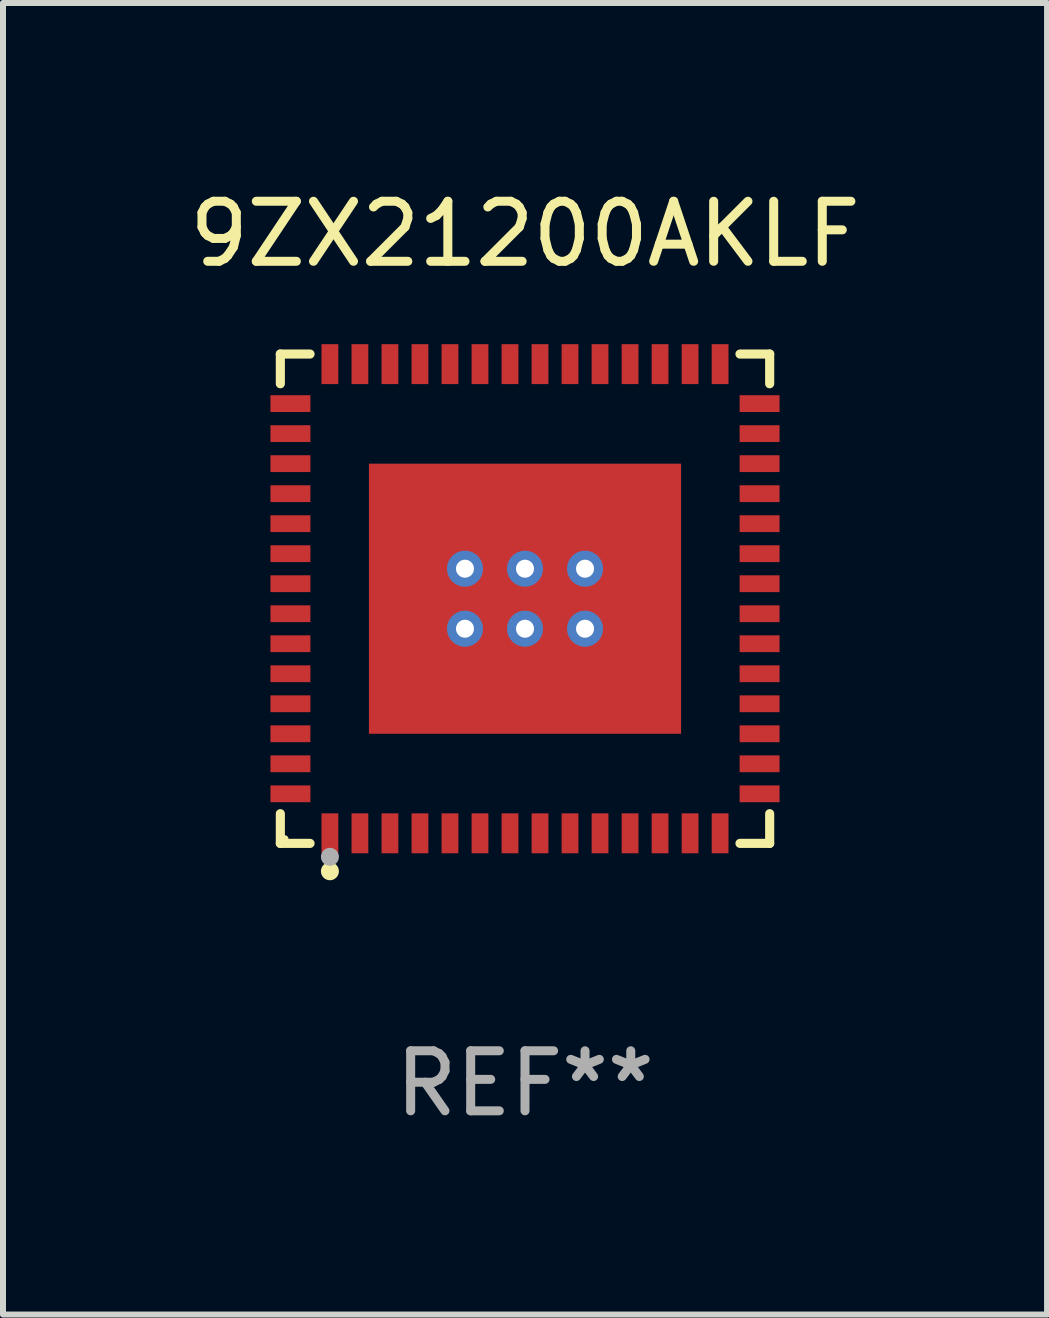
<source format=kicad_pcb>
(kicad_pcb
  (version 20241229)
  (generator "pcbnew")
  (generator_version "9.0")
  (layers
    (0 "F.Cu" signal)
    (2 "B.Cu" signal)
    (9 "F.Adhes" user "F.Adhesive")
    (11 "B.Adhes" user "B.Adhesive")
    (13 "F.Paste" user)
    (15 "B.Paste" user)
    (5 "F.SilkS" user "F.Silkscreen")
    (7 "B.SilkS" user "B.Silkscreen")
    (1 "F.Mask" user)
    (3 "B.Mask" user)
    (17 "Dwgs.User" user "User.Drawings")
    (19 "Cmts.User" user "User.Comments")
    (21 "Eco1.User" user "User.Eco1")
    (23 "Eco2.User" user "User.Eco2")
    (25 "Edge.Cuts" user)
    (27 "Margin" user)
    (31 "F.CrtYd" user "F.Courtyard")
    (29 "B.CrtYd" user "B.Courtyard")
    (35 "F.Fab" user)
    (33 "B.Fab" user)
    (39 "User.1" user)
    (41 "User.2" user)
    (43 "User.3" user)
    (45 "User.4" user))
  (footprint "9ZX21200AKLF"
    (layer "F.Cu")
    (at 5.696 6.924)
    (property "Reference" "9ZX21200AKLF" (at 0 -6.076 0) (layer "F.SilkS") (effects (font (size 1 1) (thickness 0.15))))
    (attr through_hole)
    (fp_line (start -4.076 -4.076) (end -3.581 -4.076) (stroke (width 0.152) (type solid)) (layer "F.SilkS"))
    (fp_line (start -4.076 -3.581) (end -4.076 -4.076) (stroke (width 0.152) (type solid)) (layer "F.SilkS"))
    (fp_line (start -4.076 3.581) (end -4.076 4.076) (stroke (width 0.152) (type solid)) (layer "F.SilkS"))
    (fp_line (start -4.076 4.076) (end -3.581 4.076) (stroke (width 0.152) (type solid)) (layer "F.SilkS"))
    (fp_line (start 4.076 -4.076) (end 3.581 -4.076) (stroke (width 0.152) (type solid)) (layer "F.SilkS"))
    (fp_line (start 4.076 -3.581) (end 4.076 -4.076) (stroke (width 0.152) (type solid)) (layer "F.SilkS"))
    (fp_line (start 4.076 3.581) (end 4.076 4.076) (stroke (width 0.152) (type solid)) (layer "F.SilkS"))
    (fp_line (start 4.076 4.076) (end 3.581 4.076) (stroke (width 0.152) (type solid)) (layer "F.SilkS"))
    (fp_circle (center -4 4) (end -3.97 4) (stroke (width 0.06) (type solid)) (fill no) (layer "F.SilkS"))
    (fp_circle (center -3.25 4.54) (end -3.175 4.54) (stroke (width 0.15) (type solid)) (fill no) (layer "F.SilkS"))
    (fp_circle (center -3.25 4.3) (end -3.175 4.3) (stroke (width 0.15) (type solid)) (fill no) (layer "F.Fab"))
    (fp_text user "REF**" (at 0 8.076 0) (layer "F.Fab") (effects (font (size 1 1) (thickness 0.15))))
    (pad "1" smd rect (at -3.25 3.908) (size 0.28 0.665) (layers "F.Cu" "F.Mask" "F.Paste"))
    (pad "2" smd rect (at -2.75 3.908) (size 0.28 0.665) (layers "F.Cu" "F.Mask" "F.Paste"))
    (pad "3" smd rect (at -2.25 3.908) (size 0.28 0.665) (layers "F.Cu" "F.Mask" "F.Paste"))
    (pad "4" smd rect (at -1.75 3.908) (size 0.28 0.665) (layers "F.Cu" "F.Mask" "F.Paste"))
    (pad "5" smd rect (at -1.25 3.908) (size 0.28 0.665) (layers "F.Cu" "F.Mask" "F.Paste"))
    (pad "6" smd rect (at -0.75 3.908) (size 0.28 0.665) (layers "F.Cu" "F.Mask" "F.Paste"))
    (pad "7" smd rect (at -0.25 3.908) (size 0.28 0.665) (layers "F.Cu" "F.Mask" "F.Paste"))
    (pad "8" smd rect (at 0.25 3.908) (size 0.28 0.665) (layers "F.Cu" "F.Mask" "F.Paste"))
    (pad "9" smd rect (at 0.75 3.908) (size 0.28 0.665) (layers "F.Cu" "F.Mask" "F.Paste"))
    (pad "10" smd rect (at 1.25 3.908) (size 0.28 0.665) (layers "F.Cu" "F.Mask" "F.Paste"))
    (pad "11" smd rect (at 1.75 3.908) (size 0.28 0.665) (layers "F.Cu" "F.Mask" "F.Paste"))
    (pad "12" smd rect (at 2.25 3.908) (size 0.28 0.665) (layers "F.Cu" "F.Mask" "F.Paste"))
    (pad "13" smd rect (at 2.75 3.908) (size 0.28 0.665) (layers "F.Cu" "F.Mask" "F.Paste"))
    (pad "14" smd rect (at 3.25 3.908) (size 0.28 0.665) (layers "F.Cu" "F.Mask" "F.Paste"))
    (pad "15" smd rect (at 3.908 3.25) (size 0.665 0.28) (layers "F.Cu" "F.Mask" "F.Paste"))
    (pad "16" smd rect (at 3.908 2.75) (size 0.665 0.28) (layers "F.Cu" "F.Mask" "F.Paste"))
    (pad "17" smd rect (at 3.908 2.25) (size 0.665 0.28) (layers "F.Cu" "F.Mask" "F.Paste"))
    (pad "18" smd rect (at 3.908 1.75) (size 0.665 0.28) (layers "F.Cu" "F.Mask" "F.Paste"))
    (pad "19" smd rect (at 3.908 1.25) (size 0.665 0.28) (layers "F.Cu" "F.Mask" "F.Paste"))
    (pad "20" smd rect (at 3.908 0.75) (size 0.665 0.28) (layers "F.Cu" "F.Mask" "F.Paste"))
    (pad "21" smd rect (at 3.908 0.25) (size 0.665 0.28) (layers "F.Cu" "F.Mask" "F.Paste"))
    (pad "22" smd rect (at 3.908 -0.25) (size 0.665 0.28) (layers "F.Cu" "F.Mask" "F.Paste"))
    (pad "23" smd rect (at 3.908 -0.75) (size 0.665 0.28) (layers "F.Cu" "F.Mask" "F.Paste"))
    (pad "24" smd rect (at 3.908 -1.25) (size 0.665 0.28) (layers "F.Cu" "F.Mask" "F.Paste"))
    (pad "25" smd rect (at 3.908 -1.75) (size 0.665 0.28) (layers "F.Cu" "F.Mask" "F.Paste"))
    (pad "26" smd rect (at 3.908 -2.25) (size 0.665 0.28) (layers "F.Cu" "F.Mask" "F.Paste"))
    (pad "27" smd rect (at 3.908 -2.75) (size 0.665 0.28) (layers "F.Cu" "F.Mask" "F.Paste"))
    (pad "28" smd rect (at 3.908 -3.25) (size 0.665 0.28) (layers "F.Cu" "F.Mask" "F.Paste"))
    (pad "29" smd rect (at 3.25 -3.908) (size 0.28 0.665) (layers "F.Cu" "F.Mask" "F.Paste"))
    (pad "30" smd rect (at 2.75 -3.908) (size 0.28 0.665) (layers "F.Cu" "F.Mask" "F.Paste"))
    (pad "31" smd rect (at 2.25 -3.908) (size 0.28 0.665) (layers "F.Cu" "F.Mask" "F.Paste"))
    (pad "32" smd rect (at 1.75 -3.908) (size 0.28 0.665) (layers "F.Cu" "F.Mask" "F.Paste"))
    (pad "33" smd rect (at 1.25 -3.908) (size 0.28 0.665) (layers "F.Cu" "F.Mask" "F.Paste"))
    (pad "34" smd rect (at 0.75 -3.908) (size 0.28 0.665) (layers "F.Cu" "F.Mask" "F.Paste"))
    (pad "35" smd rect (at 0.25 -3.908) (size 0.28 0.665) (layers "F.Cu" "F.Mask" "F.Paste"))
    (pad "36" smd rect (at -0.25 -3.908) (size 0.28 0.665) (layers "F.Cu" "F.Mask" "F.Paste"))
    (pad "37" smd rect (at -0.75 -3.908) (size 0.28 0.665) (layers "F.Cu" "F.Mask" "F.Paste"))
    (pad "38" smd rect (at -1.25 -3.908) (size 0.28 0.665) (layers "F.Cu" "F.Mask" "F.Paste"))
    (pad "39" smd rect (at -1.75 -3.908) (size 0.28 0.665) (layers "F.Cu" "F.Mask" "F.Paste"))
    (pad "40" smd rect (at -2.25 -3.908) (size 0.28 0.665) (layers "F.Cu" "F.Mask" "F.Paste"))
    (pad "41" smd rect (at -2.75 -3.908) (size 0.28 0.665) (layers "F.Cu" "F.Mask" "F.Paste"))
    (pad "42" smd rect (at -3.25 -3.908) (size 0.28 0.665) (layers "F.Cu" "F.Mask" "F.Paste"))
    (pad "43" smd rect (at -3.908 -3.25) (size 0.665 0.28) (layers "F.Cu" "F.Mask" "F.Paste"))
    (pad "44" smd rect (at -3.908 -2.75) (size 0.665 0.28) (layers "F.Cu" "F.Mask" "F.Paste"))
    (pad "45" smd rect (at -3.908 -2.25) (size 0.665 0.28) (layers "F.Cu" "F.Mask" "F.Paste"))
    (pad "46" smd rect (at -3.908 -1.75) (size 0.665 0.28) (layers "F.Cu" "F.Mask" "F.Paste"))
    (pad "47" smd rect (at -3.908 -1.25) (size 0.665 0.28) (layers "F.Cu" "F.Mask" "F.Paste"))
    (pad "48" smd rect (at -3.908 -0.75) (size 0.665 0.28) (layers "F.Cu" "F.Mask" "F.Paste"))
    (pad "49" smd rect (at -3.908 -0.25) (size 0.665 0.28) (layers "F.Cu" "F.Mask" "F.Paste"))
    (pad "50" smd rect (at -3.908 0.25) (size 0.665 0.28) (layers "F.Cu" "F.Mask" "F.Paste"))
    (pad "51" smd rect (at -3.908 0.75) (size 0.665 0.28) (layers "F.Cu" "F.Mask" "F.Paste"))
    (pad "52" smd rect (at -3.908 1.25) (size 0.665 0.28) (layers "F.Cu" "F.Mask" "F.Paste"))
    (pad "53" smd rect (at -3.908 1.75) (size 0.665 0.28) (layers "F.Cu" "F.Mask" "F.Paste"))
    (pad "54" smd rect (at -3.908 2.25) (size 0.665 0.28) (layers "F.Cu" "F.Mask" "F.Paste"))
    (pad "55" smd rect (at -3.908 2.75) (size 0.665 0.28) (layers "F.Cu" "F.Mask" "F.Paste"))
    (pad "56" smd rect (at -3.908 3.25) (size 0.665 0.28) (layers "F.Cu" "F.Mask" "F.Paste"))
    (pad "57" thru_hole circle (at -1 -0.5) (size 0.6 0.6) (drill 0.3) (layers "*.Cu" "*.Mask"))
    (pad "57" thru_hole circle (at -1 0.5) (size 0.6 0.6) (drill 0.3) (layers "*.Cu" "*.Mask"))
    (pad "57" thru_hole circle (at 0 -0.5) (size 0.6 0.6) (drill 0.3) (layers "*.Cu" "*.Mask"))
    (pad "57" smd rect (at 0 0) (size 5.2 4.5) (layers "F.Cu" "F.Mask" "F.Paste"))
    (pad "57" thru_hole circle (at 0 0.5) (size 0.6 0.6) (drill 0.3) (layers "*.Cu" "*.Mask"))
    (pad "57" thru_hole circle (at 1 -0.5) (size 0.6 0.6) (drill 0.3) (layers "*.Cu" "*.Mask"))
    (pad "57" thru_hole circle (at 1 0.5) (size 0.6 0.6) (drill 0.3) (layers "*.Cu" "*.Mask")))
  (gr_rect
    (start -3 -3)
    (end 14.393 18.849)
    (stroke (width 0.1) (type default))
    (fill no)
    (layer "Edge.Cuts")))
</source>
